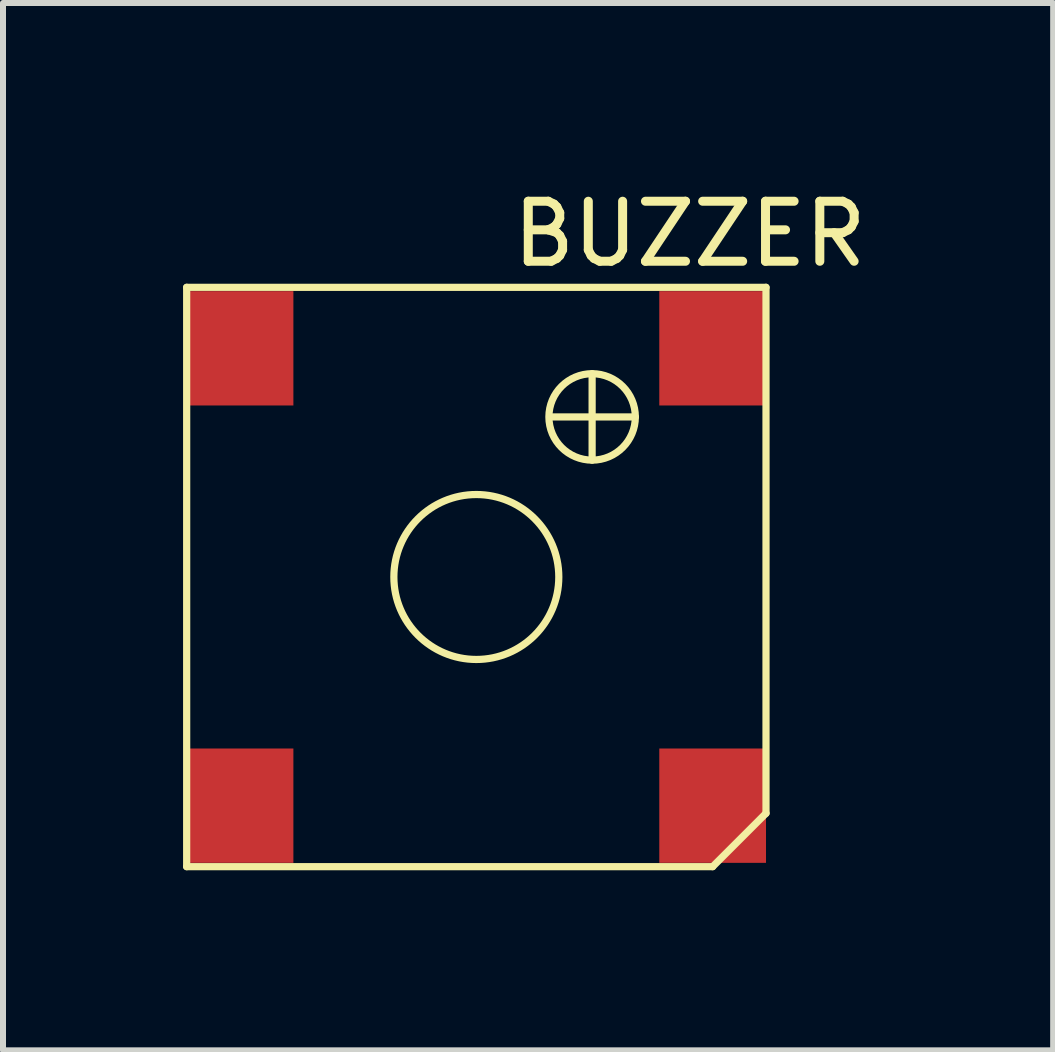
<source format=kicad_pcb>
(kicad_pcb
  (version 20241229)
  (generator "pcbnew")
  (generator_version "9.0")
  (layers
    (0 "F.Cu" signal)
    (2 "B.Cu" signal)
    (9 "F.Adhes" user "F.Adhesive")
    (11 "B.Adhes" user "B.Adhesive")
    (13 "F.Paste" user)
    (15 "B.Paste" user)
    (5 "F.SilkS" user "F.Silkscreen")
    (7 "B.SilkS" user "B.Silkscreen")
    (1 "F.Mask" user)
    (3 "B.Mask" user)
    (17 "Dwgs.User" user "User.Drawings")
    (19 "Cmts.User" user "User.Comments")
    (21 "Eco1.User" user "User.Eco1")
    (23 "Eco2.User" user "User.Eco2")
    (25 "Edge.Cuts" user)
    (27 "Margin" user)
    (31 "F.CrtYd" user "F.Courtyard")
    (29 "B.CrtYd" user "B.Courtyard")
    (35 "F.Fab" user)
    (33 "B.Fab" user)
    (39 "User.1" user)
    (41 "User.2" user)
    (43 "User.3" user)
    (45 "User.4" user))
  (footprint "BUZZER"
    (layer "F.Cu")
    (at 3.362 0.848)
    (property "Reference" "BUZZER" (at 5.08 0 0) (layer "F.SilkS") (effects (font (size 1 1) (thickness 0.15))))
    (attr through_hole)
    (fp_line (start -3.302 0.889) (end -3.302 10.541) (stroke (width 0.12) (type solid)) (layer "F.SilkS"))
    (fp_line (start -3.302 0.889) (end 6.35 0.889) (stroke (width 0.12) (type solid)) (layer "F.SilkS"))
    (fp_line (start -3.302 10.541) (end 5.461 10.541) (stroke (width 0.12) (type solid)) (layer "F.SilkS"))
    (fp_line (start 2.794 3.048) (end 4.173 3.048) (stroke (width 0.12) (type solid)) (layer "F.SilkS"))
    (fp_line (start 3.453 2.328) (end 3.453 3.768) (stroke (width 0.12) (type solid)) (layer "F.SilkS"))
    (fp_line (start 5.461 10.541) (end 6.35 9.652) (stroke (width 0.12) (type solid)) (layer "F.SilkS"))
    (fp_line (start 6.35 0.889) (end 6.35 9.652) (stroke (width 0.12) (type solid)) (layer "F.SilkS"))
    (fp_circle (center 1.524 5.715) (end 2.898 5.715) (stroke (width 0.12) (type solid)) (fill no) (layer "F.SilkS"))
    (fp_circle (center 3.453 3.048) (end 4.064 3.429) (stroke (width 0.12) (type solid)) (fill no) (layer "F.SilkS"))
    (pad "1" smd custom (at 5.461 1.905) (size 1.778 1.905) (layers "F.Cu" "F.Mask" "F.Paste") (options (anchor rect)) (primitives))
    (pad "2" smd custom (at -2.413 1.905) (size 1.778 1.905) (layers "F.Cu" "F.Mask" "F.Paste") (options (anchor rect)) (primitives))
    (pad "3" smd custom (at -2.413 9.525) (size 1.778 1.905) (layers "F.Cu" "F.Mask" "F.Paste") (options (anchor rect)) (primitives))
    (pad "4" smd custom (at 5.461 9.525) (size 1.778 1.905) (layers "F.Cu" "F.Mask" "F.Paste") (options (anchor rect)) (primitives)))
  (gr_rect
    (start -3 -3)
    (end 14.496 14.449)
    (stroke (width 0.1) (type default))
    (fill no)
    (layer "Edge.Cuts")))
</source>
